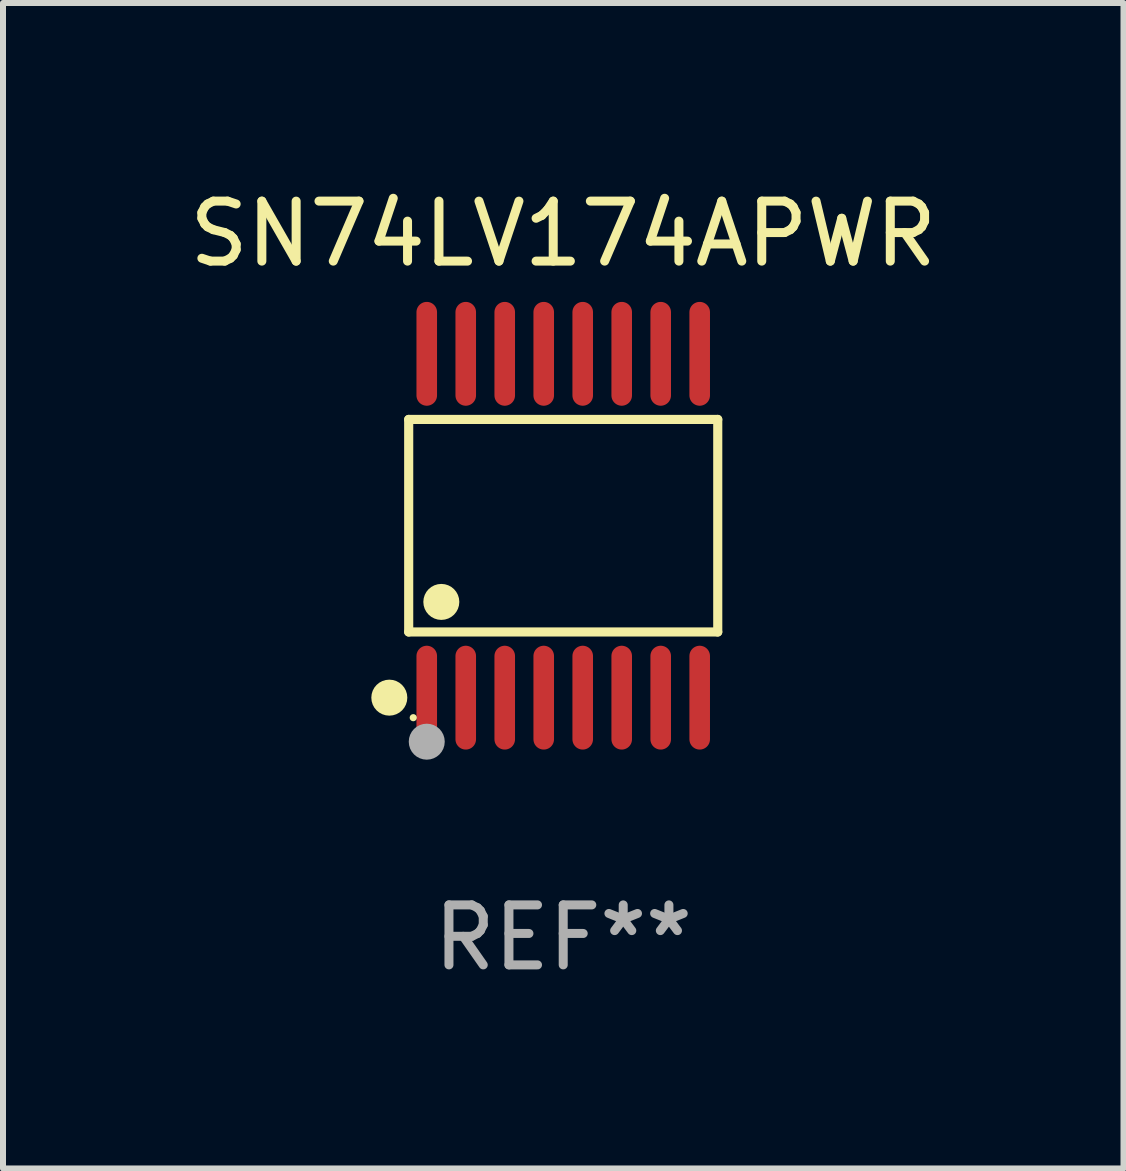
<source format=kicad_pcb>
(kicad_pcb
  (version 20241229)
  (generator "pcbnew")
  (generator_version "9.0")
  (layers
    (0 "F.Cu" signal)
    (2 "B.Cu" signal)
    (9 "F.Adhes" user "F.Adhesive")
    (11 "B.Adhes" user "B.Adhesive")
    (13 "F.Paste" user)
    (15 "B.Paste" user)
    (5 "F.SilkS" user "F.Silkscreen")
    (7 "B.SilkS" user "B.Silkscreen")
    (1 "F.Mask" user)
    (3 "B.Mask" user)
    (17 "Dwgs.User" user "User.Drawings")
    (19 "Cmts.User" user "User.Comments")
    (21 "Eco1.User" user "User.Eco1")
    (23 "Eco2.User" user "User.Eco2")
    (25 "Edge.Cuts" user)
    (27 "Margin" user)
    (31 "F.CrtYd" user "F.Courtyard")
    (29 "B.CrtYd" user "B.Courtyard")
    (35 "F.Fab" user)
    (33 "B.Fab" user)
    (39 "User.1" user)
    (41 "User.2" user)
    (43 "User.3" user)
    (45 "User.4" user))
  (footprint "SN74LV174APWR"
    (layer "F.Cu")
    (at 6.339 5.714)
    (property "Reference" "SN74LV174APWR" (at 0 -4.866 0) (layer "F.SilkS") (effects (font (size 1 1) (thickness 0.15))))
    (attr through_hole)
    (fp_line (start -2.576 -1.772) (end 2.576 -1.772) (stroke (width 0.152) (type solid)) (layer "F.SilkS"))
    (fp_line (start -2.576 1.771) (end -2.576 -1.772) (stroke (width 0.152) (type solid)) (layer "F.SilkS"))
    (fp_line (start 2.576 -1.772) (end 2.576 1.771) (stroke (width 0.152) (type solid)) (layer "F.SilkS"))
    (fp_line (start 2.576 1.771) (end -2.576 1.771) (stroke (width 0.152) (type solid)) (layer "F.SilkS"))
    (fp_circle (center -2.899 2.866) (end -2.749 2.866) (stroke (width 0.3) (type solid)) (fill no) (layer "F.SilkS"))
    (fp_circle (center -2.5 3.2) (end -2.47 3.2) (stroke (width 0.06) (type solid)) (fill no) (layer "F.SilkS"))
    (fp_circle (center -2.032 1.27) (end -1.882 1.27) (stroke (width 0.3) (type solid)) (fill no) (layer "F.SilkS"))
    (fp_circle (center -2.275 3.6) (end -2.125 3.6) (stroke (width 0.3) (type solid)) (fill no) (layer "F.Fab"))
    (fp_text user "REF**" (at 0 6.866 0) (layer "F.Fab") (effects (font (size 1 1) (thickness 0.15))))
    (pad "1" smd oval (at -2.275 2.866) (size 0.343 1.731) (layers "F.Cu" "F.Mask" "F.Paste"))
    (pad "2" smd oval (at -1.625 2.866) (size 0.343 1.731) (layers "F.Cu" "F.Mask" "F.Paste"))
    (pad "3" smd oval (at -0.975 2.866) (size 0.343 1.731) (layers "F.Cu" "F.Mask" "F.Paste"))
    (pad "4" smd oval (at -0.325 2.866) (size 0.343 1.731) (layers "F.Cu" "F.Mask" "F.Paste"))
    (pad "5" smd oval (at 0.325 2.866) (size 0.343 1.731) (layers "F.Cu" "F.Mask" "F.Paste"))
    (pad "6" smd oval (at 0.975 2.866) (size 0.343 1.731) (layers "F.Cu" "F.Mask" "F.Paste"))
    (pad "7" smd oval (at 1.625 2.866) (size 0.343 1.731) (layers "F.Cu" "F.Mask" "F.Paste"))
    (pad "8" smd oval (at 2.275 2.866) (size 0.343 1.731) (layers "F.Cu" "F.Mask" "F.Paste"))
    (pad "9" smd oval (at 2.275 -2.866) (size 0.343 1.731) (layers "F.Cu" "F.Mask" "F.Paste"))
    (pad "10" smd oval (at 1.625 -2.866) (size 0.343 1.731) (layers "F.Cu" "F.Mask" "F.Paste"))
    (pad "11" smd oval (at 0.975 -2.866) (size 0.343 1.731) (layers "F.Cu" "F.Mask" "F.Paste"))
    (pad "12" smd oval (at 0.325 -2.866) (size 0.343 1.731) (layers "F.Cu" "F.Mask" "F.Paste"))
    (pad "13" smd oval (at -0.325 -2.866) (size 0.343 1.731) (layers "F.Cu" "F.Mask" "F.Paste"))
    (pad "14" smd oval (at -0.975 -2.866) (size 0.343 1.731) (layers "F.Cu" "F.Mask" "F.Paste"))
    (pad "15" smd oval (at -1.625 -2.866) (size 0.343 1.731) (layers "F.Cu" "F.Mask" "F.Paste"))
    (pad "16" smd oval (at -2.275 -2.866) (size 0.343 1.731) (layers "F.Cu" "F.Mask" "F.Paste")))
  (gr_rect
    (start -3 -3)
    (end 15.679 16.428)
    (stroke (width 0.1) (type default))
    (fill no)
    (layer "Edge.Cuts")))
</source>
